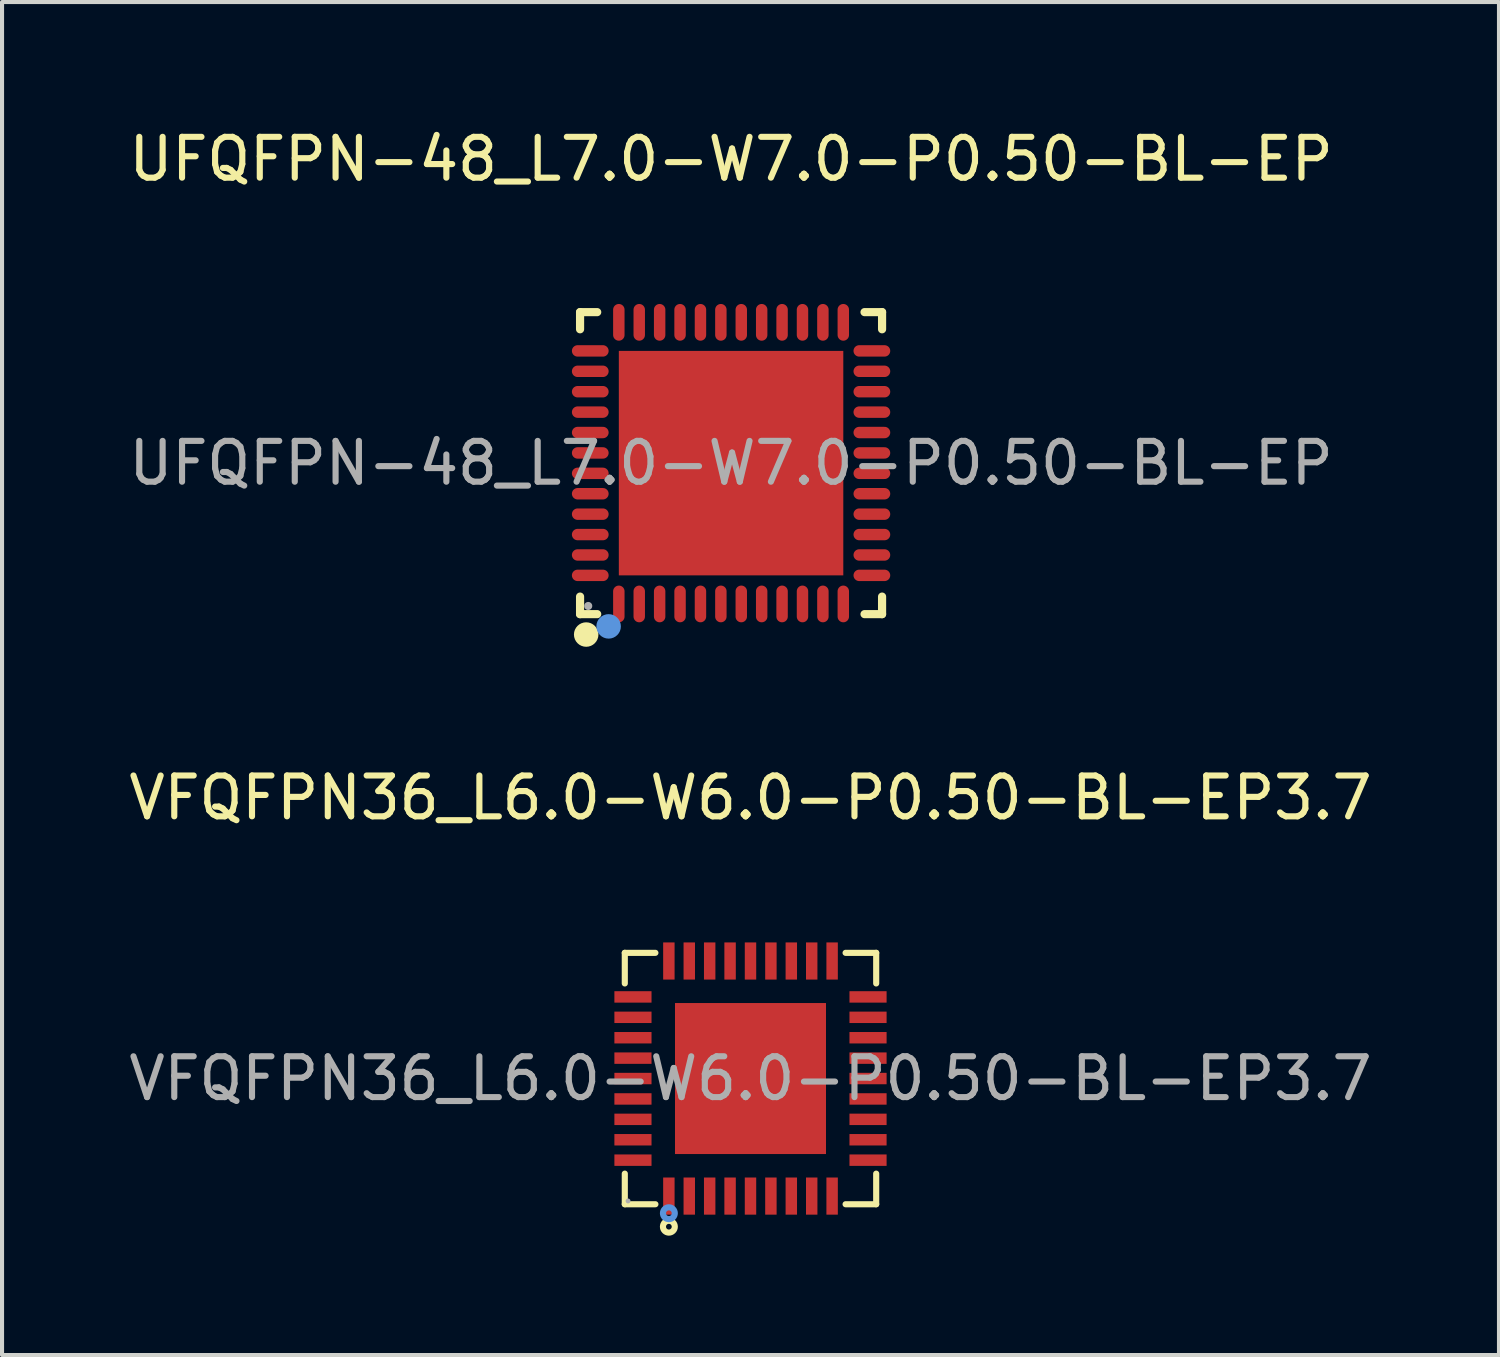
<source format=kicad_pcb>
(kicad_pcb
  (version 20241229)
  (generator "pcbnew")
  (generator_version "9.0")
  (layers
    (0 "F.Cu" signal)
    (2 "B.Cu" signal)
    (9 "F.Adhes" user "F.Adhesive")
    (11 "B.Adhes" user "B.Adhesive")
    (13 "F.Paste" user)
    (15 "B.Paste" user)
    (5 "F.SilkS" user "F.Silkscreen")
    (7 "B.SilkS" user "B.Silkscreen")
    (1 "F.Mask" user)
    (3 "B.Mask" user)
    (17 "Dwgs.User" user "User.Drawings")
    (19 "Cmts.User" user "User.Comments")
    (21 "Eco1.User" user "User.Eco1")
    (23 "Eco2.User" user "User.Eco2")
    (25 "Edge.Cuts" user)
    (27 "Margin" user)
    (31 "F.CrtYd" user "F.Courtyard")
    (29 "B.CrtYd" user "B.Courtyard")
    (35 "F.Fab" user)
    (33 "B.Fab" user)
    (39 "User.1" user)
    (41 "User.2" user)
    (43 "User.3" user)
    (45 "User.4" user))
  (footprint "VFQFPN36_L6.0-W6.0-P0.50-BL-EP3.7"
    (layer "F.Cu")
    (at 15.339 23.377)
    (property "Reference" "VFQFPN36_L6.0-W6.0-P0.50-BL-EP3.7" (at 0 -6.88 0) (layer "F.SilkS") (effects (font (size 1 1) (thickness 0.15))))
    (attr through_hole)
    (fp_line (start -3.08 -3.08) (end -2.33 -3.08) (stroke (width 0.15) (type solid)) (layer "F.SilkS"))
    (fp_line (start -3.08 -2.33) (end -3.08 -3.08) (stroke (width 0.15) (type solid)) (layer "F.SilkS"))
    (fp_line (start -3.08 2.33) (end -3.08 3.08) (stroke (width 0.15) (type solid)) (layer "F.SilkS"))
    (fp_line (start -3.08 3.08) (end -2.33 3.08) (stroke (width 0.15) (type solid)) (layer "F.SilkS"))
    (fp_line (start 3.08 -3.08) (end 2.33 -3.08) (stroke (width 0.15) (type solid)) (layer "F.SilkS"))
    (fp_line (start 3.08 -2.33) (end 3.08 -3.08) (stroke (width 0.15) (type solid)) (layer "F.SilkS"))
    (fp_line (start 3.08 2.33) (end 3.08 3.08) (stroke (width 0.15) (type solid)) (layer "F.SilkS"))
    (fp_line (start 3.08 3.08) (end 2.33 3.08) (stroke (width 0.15) (type solid)) (layer "F.SilkS"))
    (fp_circle (center -2 3.63) (end -1.93 3.63) (stroke (width 0.15) (type solid)) (fill no) (layer "F.SilkS"))
    (fp_circle (center -2 3.3) (end -1.93 3.3) (stroke (width 0.15) (type solid)) (fill no) (layer "Cmts.User"))
    (fp_circle (center -3 3) (end -2.97 3) (stroke (width 0.06) (type solid)) (fill no) (layer "F.Fab"))
    (fp_text user "${REFERENCE}" (at 0 0 0) (layer "F.Fab") (effects (font (size 1 1) (thickness 0.15))))
    (pad "1" smd rect (at -2 2.88) (size 0.28 0.91) (layers "F.Cu" "F.Mask" "F.Paste"))
    (pad "2" smd rect (at -1.5 2.88) (size 0.28 0.91) (layers "F.Cu" "F.Mask" "F.Paste"))
    (pad "3" smd rect (at -1 2.88) (size 0.28 0.91) (layers "F.Cu" "F.Mask" "F.Paste"))
    (pad "4" smd rect (at -0.5 2.88) (size 0.28 0.91) (layers "F.Cu" "F.Mask" "F.Paste"))
    (pad "5" smd rect (at 0 2.88) (size 0.28 0.91) (layers "F.Cu" "F.Mask" "F.Paste"))
    (pad "6" smd rect (at 0.5 2.88) (size 0.28 0.91) (layers "F.Cu" "F.Mask" "F.Paste"))
    (pad "7" smd rect (at 1 2.88) (size 0.28 0.91) (layers "F.Cu" "F.Mask" "F.Paste"))
    (pad "8" smd rect (at 1.5 2.88) (size 0.28 0.91) (layers "F.Cu" "F.Mask" "F.Paste"))
    (pad "9" smd rect (at 2 2.88) (size 0.28 0.91) (layers "F.Cu" "F.Mask" "F.Paste"))
    (pad "10" smd rect (at 2.88 2) (size 0.91 0.28) (layers "F.Cu" "F.Mask" "F.Paste"))
    (pad "11" smd rect (at 2.88 1.5) (size 0.91 0.28) (layers "F.Cu" "F.Mask" "F.Paste"))
    (pad "12" smd rect (at 2.88 1) (size 0.91 0.28) (layers "F.Cu" "F.Mask" "F.Paste"))
    (pad "13" smd rect (at 2.88 0.5) (size 0.91 0.28) (layers "F.Cu" "F.Mask" "F.Paste"))
    (pad "14" smd rect (at 2.88 0) (size 0.91 0.28) (layers "F.Cu" "F.Mask" "F.Paste"))
    (pad "15" smd rect (at 2.88 -0.5) (size 0.91 0.28) (layers "F.Cu" "F.Mask" "F.Paste"))
    (pad "16" smd rect (at 2.88 -1) (size 0.91 0.28) (layers "F.Cu" "F.Mask" "F.Paste"))
    (pad "17" smd rect (at 2.88 -1.5) (size 0.91 0.28) (layers "F.Cu" "F.Mask" "F.Paste"))
    (pad "18" smd rect (at 2.88 -2) (size 0.91 0.28) (layers "F.Cu" "F.Mask" "F.Paste"))
    (pad "19" smd rect (at 2 -2.88) (size 0.28 0.91) (layers "F.Cu" "F.Mask" "F.Paste"))
    (pad "20" smd rect (at 1.5 -2.88) (size 0.28 0.91) (layers "F.Cu" "F.Mask" "F.Paste"))
    (pad "21" smd rect (at 1 -2.88) (size 0.28 0.91) (layers "F.Cu" "F.Mask" "F.Paste"))
    (pad "22" smd rect (at 0.5 -2.88) (size 0.28 0.91) (layers "F.Cu" "F.Mask" "F.Paste"))
    (pad "23" smd rect (at 0 -2.88) (size 0.28 0.91) (layers "F.Cu" "F.Mask" "F.Paste"))
    (pad "24" smd rect (at -0.5 -2.88) (size 0.28 0.91) (layers "F.Cu" "F.Mask" "F.Paste"))
    (pad "25" smd rect (at -1 -2.88) (size 0.28 0.91) (layers "F.Cu" "F.Mask" "F.Paste"))
    (pad "26" smd rect (at -1.5 -2.88) (size 0.28 0.91) (layers "F.Cu" "F.Mask" "F.Paste"))
    (pad "27" smd rect (at -2 -2.88) (size 0.28 0.91) (layers "F.Cu" "F.Mask" "F.Paste"))
    (pad "28" smd rect (at -2.88 -2) (size 0.91 0.28) (layers "F.Cu" "F.Mask" "F.Paste"))
    (pad "29" smd rect (at -2.88 -1.5) (size 0.91 0.28) (layers "F.Cu" "F.Mask" "F.Paste"))
    (pad "30" smd rect (at -2.88 -1) (size 0.91 0.28) (layers "F.Cu" "F.Mask" "F.Paste"))
    (pad "31" smd rect (at -2.88 -0.5) (size 0.91 0.28) (layers "F.Cu" "F.Mask" "F.Paste"))
    (pad "32" smd rect (at -2.88 0) (size 0.91 0.28) (layers "F.Cu" "F.Mask" "F.Paste"))
    (pad "33" smd rect (at -2.88 0.5) (size 0.91 0.28) (layers "F.Cu" "F.Mask" "F.Paste"))
    (pad "34" smd rect (at -2.88 1) (size 0.91 0.28) (layers "F.Cu" "F.Mask" "F.Paste"))
    (pad "35" smd rect (at -2.88 1.5) (size 0.91 0.28) (layers "F.Cu" "F.Mask" "F.Paste"))
    (pad "36" smd rect (at -2.88 2) (size 0.91 0.28) (layers "F.Cu" "F.Mask" "F.Paste"))
    (pad "37" smd rect (at 0 0) (size 3.7 3.7) (layers "F.Cu" "F.Mask" "F.Paste")))
  (footprint "UFQFPN-48_L7.0-W7.0-P0.50-BL-EP"
    (layer "F.Cu")
    (at 14.863 8.298)
    (property "Reference" "UFQFPN-48_L7.0-W7.0-P0.50-BL-EP" (at 0 -7.45 0) (layer "F.SilkS") (effects (font (size 1 1) (thickness 0.15))))
    (attr through_hole)
    (fp_line (start -3.7 -3.7) (end -3.28 -3.7) (stroke (width 0.2) (type solid)) (layer "F.SilkS"))
    (fp_line (start -3.7 -3.28) (end -3.7 -3.7) (stroke (width 0.2) (type solid)) (layer "F.SilkS"))
    (fp_line (start -3.7 3.7) (end -3.7 3.27) (stroke (width 0.2) (type solid)) (layer "F.SilkS"))
    (fp_line (start -3.28 3.7) (end -3.7 3.7) (stroke (width 0.2) (type solid)) (layer "F.SilkS"))
    (fp_line (start 3.7 -3.7) (end 3.27 -3.7) (stroke (width 0.2) (type solid)) (layer "F.SilkS"))
    (fp_line (start 3.7 -3.28) (end 3.7 -3.7) (stroke (width 0.2) (type solid)) (layer "F.SilkS"))
    (fp_line (start 3.7 3.27) (end 3.7 3.7) (stroke (width 0.2) (type solid)) (layer "F.SilkS"))
    (fp_line (start 3.7 3.7) (end 3.27 3.7) (stroke (width 0.2) (type solid)) (layer "F.SilkS"))
    (fp_arc (start -3.55 4.2) (mid -3.55 4.2) (end -3.55 4.2) (stroke (width 0.3) (type solid)) (layer "F.SilkS"))
    (fp_circle (center -3 4) (end -2.85 4) (stroke (width 0.3) (type solid)) (fill no) (layer "Cmts.User"))
    (fp_circle (center -3.5 3.5) (end -3.45 3.5) (stroke (width 0.1) (type solid)) (fill no) (layer "F.Fab"))
    (fp_text user "${REFERENCE}" (at 0 0 0) (layer "F.Fab") (effects (font (size 1 1) (thickness 0.15))))
    (pad "1" smd oval (at -2.75 3.45) (size 0.28 0.9) (layers "F.Cu" "F.Mask" "F.Paste"))
    (pad "2" smd oval (at -2.25 3.45) (size 0.28 0.9) (layers "F.Cu" "F.Mask" "F.Paste"))
    (pad "3" smd oval (at -1.75 3.45) (size 0.28 0.9) (layers "F.Cu" "F.Mask" "F.Paste"))
    (pad "4" smd oval (at -1.25 3.45) (size 0.28 0.9) (layers "F.Cu" "F.Mask" "F.Paste"))
    (pad "5" smd oval (at -0.75 3.45) (size 0.28 0.9) (layers "F.Cu" "F.Mask" "F.Paste"))
    (pad "6" smd oval (at -0.25 3.45) (size 0.28 0.9) (layers "F.Cu" "F.Mask" "F.Paste"))
    (pad "7" smd oval (at 0.25 3.45) (size 0.28 0.9) (layers "F.Cu" "F.Mask" "F.Paste"))
    (pad "8" smd oval (at 0.75 3.45) (size 0.28 0.9) (layers "F.Cu" "F.Mask" "F.Paste"))
    (pad "9" smd oval (at 1.25 3.45) (size 0.28 0.9) (layers "F.Cu" "F.Mask" "F.Paste"))
    (pad "10" smd oval (at 1.75 3.45) (size 0.28 0.9) (layers "F.Cu" "F.Mask" "F.Paste"))
    (pad "11" smd oval (at 2.25 3.45) (size 0.28 0.9) (layers "F.Cu" "F.Mask" "F.Paste"))
    (pad "12" smd oval (at 2.75 3.45) (size 0.28 0.9) (layers "F.Cu" "F.Mask" "F.Paste"))
    (pad "13" smd oval (at 3.45 2.75) (size 0.9 0.28) (layers "F.Cu" "F.Mask" "F.Paste"))
    (pad "14" smd oval (at 3.45 2.25) (size 0.9 0.28) (layers "F.Cu" "F.Mask" "F.Paste"))
    (pad "15" smd oval (at 3.45 1.75) (size 0.9 0.28) (layers "F.Cu" "F.Mask" "F.Paste"))
    (pad "16" smd oval (at 3.45 1.25) (size 0.9 0.28) (layers "F.Cu" "F.Mask" "F.Paste"))
    (pad "17" smd oval (at 3.45 0.75) (size 0.9 0.28) (layers "F.Cu" "F.Mask" "F.Paste"))
    (pad "18" smd oval (at 3.45 0.25) (size 0.9 0.28) (layers "F.Cu" "F.Mask" "F.Paste"))
    (pad "19" smd oval (at 3.45 -0.25) (size 0.9 0.28) (layers "F.Cu" "F.Mask" "F.Paste"))
    (pad "20" smd oval (at 3.45 -0.75) (size 0.9 0.28) (layers "F.Cu" "F.Mask" "F.Paste"))
    (pad "21" smd oval (at 3.45 -1.25) (size 0.9 0.28) (layers "F.Cu" "F.Mask" "F.Paste"))
    (pad "22" smd oval (at 3.45 -1.75) (size 0.9 0.28) (layers "F.Cu" "F.Mask" "F.Paste"))
    (pad "23" smd oval (at 3.45 -2.25) (size 0.9 0.28) (layers "F.Cu" "F.Mask" "F.Paste"))
    (pad "24" smd oval (at 3.45 -2.75) (size 0.9 0.28) (layers "F.Cu" "F.Mask" "F.Paste"))
    (pad "25" smd oval (at 2.75 -3.45) (size 0.28 0.9) (layers "F.Cu" "F.Mask" "F.Paste"))
    (pad "26" smd oval (at 2.25 -3.45) (size 0.28 0.9) (layers "F.Cu" "F.Mask" "F.Paste"))
    (pad "27" smd oval (at 1.75 -3.45) (size 0.28 0.9) (layers "F.Cu" "F.Mask" "F.Paste"))
    (pad "28" smd oval (at 1.25 -3.45) (size 0.28 0.9) (layers "F.Cu" "F.Mask" "F.Paste"))
    (pad "29" smd oval (at 0.75 -3.45) (size 0.28 0.9) (layers "F.Cu" "F.Mask" "F.Paste"))
    (pad "30" smd oval (at 0.25 -3.45) (size 0.28 0.9) (layers "F.Cu" "F.Mask" "F.Paste"))
    (pad "31" smd oval (at -0.25 -3.45) (size 0.28 0.9) (layers "F.Cu" "F.Mask" "F.Paste"))
    (pad "32" smd oval (at -0.75 -3.45) (size 0.28 0.9) (layers "F.Cu" "F.Mask" "F.Paste"))
    (pad "33" smd oval (at -1.25 -3.45) (size 0.28 0.9) (layers "F.Cu" "F.Mask" "F.Paste"))
    (pad "34" smd oval (at -1.75 -3.45) (size 0.28 0.9) (layers "F.Cu" "F.Mask" "F.Paste"))
    (pad "35" smd oval (at -2.25 -3.45) (size 0.28 0.9) (layers "F.Cu" "F.Mask" "F.Paste"))
    (pad "36" smd oval (at -2.75 -3.45) (size 0.28 0.9) (layers "F.Cu" "F.Mask" "F.Paste"))
    (pad "37" smd oval (at -3.45 -2.75) (size 0.9 0.28) (layers "F.Cu" "F.Mask" "F.Paste"))
    (pad "38" smd oval (at -3.45 -2.25) (size 0.9 0.28) (layers "F.Cu" "F.Mask" "F.Paste"))
    (pad "39" smd oval (at -3.45 -1.75) (size 0.9 0.28) (layers "F.Cu" "F.Mask" "F.Paste"))
    (pad "40" smd oval (at -3.45 -1.25) (size 0.9 0.28) (layers "F.Cu" "F.Mask" "F.Paste"))
    (pad "41" smd oval (at -3.45 -0.75) (size 0.9 0.28) (layers "F.Cu" "F.Mask" "F.Paste"))
    (pad "42" smd oval (at -3.45 -0.25) (size 0.9 0.28) (layers "F.Cu" "F.Mask" "F.Paste"))
    (pad "43" smd oval (at -3.45 0.25) (size 0.9 0.28) (layers "F.Cu" "F.Mask" "F.Paste"))
    (pad "44" smd oval (at -3.45 0.75) (size 0.9 0.28) (layers "F.Cu" "F.Mask" "F.Paste"))
    (pad "45" smd oval (at -3.45 1.25) (size 0.9 0.28) (layers "F.Cu" "F.Mask" "F.Paste"))
    (pad "46" smd oval (at -3.45 1.75) (size 0.9 0.28) (layers "F.Cu" "F.Mask" "F.Paste"))
    (pad "47" smd oval (at -3.45 2.25) (size 0.9 0.28) (layers "F.Cu" "F.Mask" "F.Paste"))
    (pad "48" smd oval (at -3.45 2.75) (size 0.9 0.28) (layers "F.Cu" "F.Mask" "F.Paste"))
    (pad "49" smd rect (at 0 0) (size 5.5 5.5) (layers "F.Cu" "F.Mask" "F.Paste")))
  (gr_rect
    (start -3 -3)
    (end 33.679 30.152)
    (stroke (width 0.1) (type default))
    (fill no)
    (layer "Edge.Cuts")))
</source>
